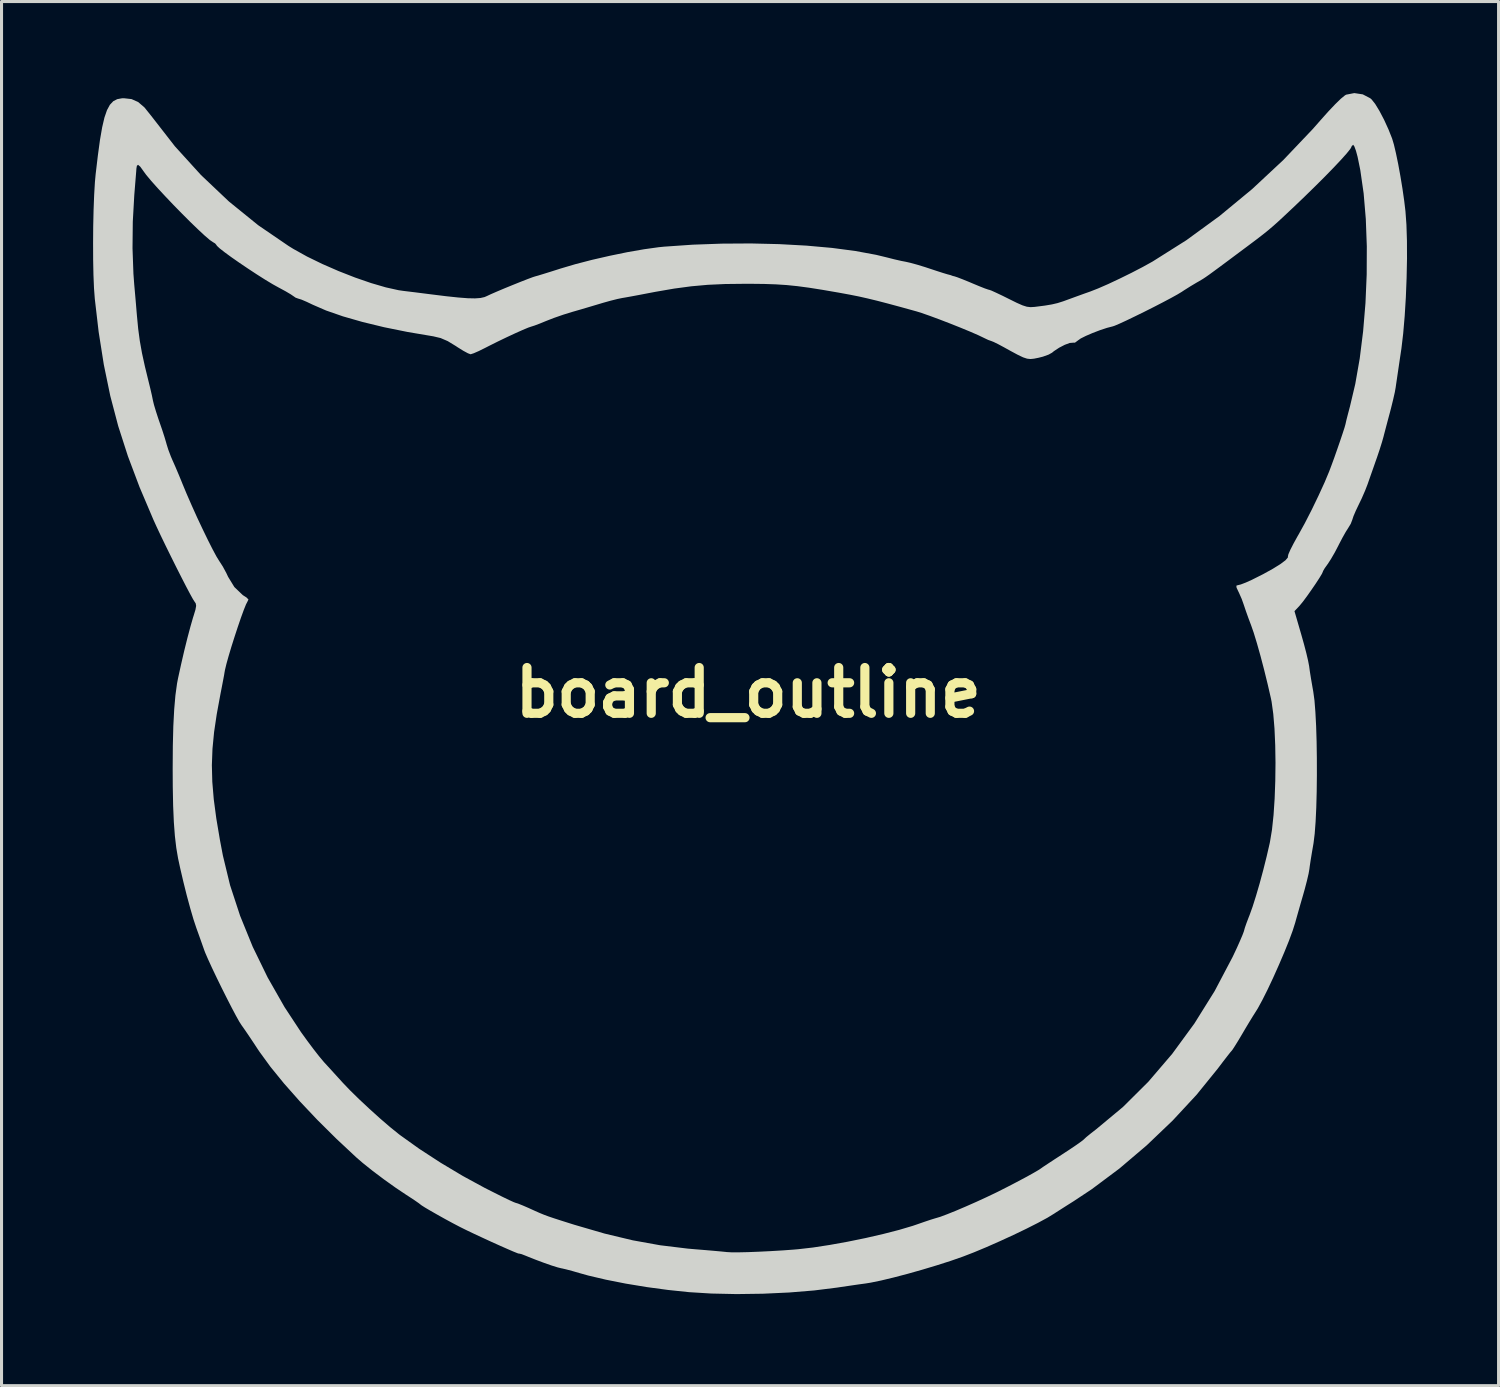
<source format=kicad_pcb>
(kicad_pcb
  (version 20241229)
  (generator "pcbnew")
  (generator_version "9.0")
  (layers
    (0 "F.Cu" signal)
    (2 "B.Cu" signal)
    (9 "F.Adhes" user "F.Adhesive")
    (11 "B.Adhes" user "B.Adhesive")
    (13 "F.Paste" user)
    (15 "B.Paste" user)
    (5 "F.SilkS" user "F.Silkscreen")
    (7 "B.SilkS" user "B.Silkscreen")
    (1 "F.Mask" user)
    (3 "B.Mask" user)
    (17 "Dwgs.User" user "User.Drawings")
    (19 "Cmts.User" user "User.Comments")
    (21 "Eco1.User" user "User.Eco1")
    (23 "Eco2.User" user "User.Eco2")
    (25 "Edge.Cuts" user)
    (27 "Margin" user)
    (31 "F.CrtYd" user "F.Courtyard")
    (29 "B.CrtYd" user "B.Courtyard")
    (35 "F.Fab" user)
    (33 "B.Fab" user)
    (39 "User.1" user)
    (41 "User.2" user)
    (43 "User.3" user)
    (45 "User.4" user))
  (footprint "board_outline"
    (layer "F.Cu")
    (at 21.467 19.644)
    (property "Reference" "board_outline" (at 0 0 0) (layer "F.SilkS") (effects (font (size 1.5 1.5) (thickness 0.3))))
    (attr board_only exclude_from_pos_files exclude_from_bom)
    (fp_poly (pts (xy 20.136 -19.602) (xy 20.38 -19.475) (xy 20.425 -19.436) (xy 20.542 -19.289) (xy 20.682 -19.059) (xy 20.833 -18.771) (xy 20.978 -18.454) (xy 21.097 -18.155) (xy 21.156 -17.957) (xy 21.224 -17.668) (xy 21.297 -17.314) (xy 21.369 -16.92) (xy 21.436 -16.512) (xy 21.493 -16.115) (xy 21.534 -15.774) (xy 21.566 -15.335) (xy 21.583 -14.807) (xy 21.585 -14.216) (xy 21.572 -13.59) (xy 21.547 -12.956) (xy 21.509 -12.339) (xy 21.46 -11.767) (xy 21.401 -11.267) (xy 21.391 -11.204) (xy 21.34 -10.861) (xy 21.293 -10.542) (xy 21.253 -10.271) (xy 21.224 -10.074) (xy 21.214 -10.002) (xy 21.185 -9.84) (xy 21.132 -9.606) (xy 21.066 -9.338) (xy 21.033 -9.21) (xy 20.959 -8.934) (xy 20.889 -8.669) (xy 20.833 -8.456) (xy 20.816 -8.388) (xy 20.765 -8.208) (xy 20.688 -7.963) (xy 20.599 -7.698) (xy 20.573 -7.626) (xy 20.479 -7.357) (xy 20.385 -7.09) (xy 20.309 -6.873) (xy 20.295 -6.832) (xy 20.212 -6.618) (xy 20.101 -6.363) (xy 20.005 -6.164) (xy 19.907 -5.959) (xy 19.831 -5.781) (xy 19.794 -5.668) (xy 19.742 -5.532) (xy 19.658 -5.393) (xy 19.578 -5.267) (xy 19.469 -5.074) (xy 19.353 -4.852) (xy 19.338 -4.821) (xy 19.217 -4.59) (xy 19.091 -4.373) (xy 18.988 -4.214) (xy 18.98 -4.204) (xy 18.887 -4.073) (xy 18.834 -3.982) (xy 18.83 -3.966) (xy 18.798 -3.894) (xy 18.712 -3.752) (xy 18.59 -3.565) (xy 18.448 -3.358) (xy 18.304 -3.154) (xy 18.173 -2.978) (xy 18.072 -2.855) (xy 18.063 -2.845) (xy 17.898 -2.669) (xy 18.123 -1.894) (xy 18.21 -1.585) (xy 18.286 -1.294) (xy 18.343 -1.05) (xy 18.375 -0.884) (xy 18.378 -0.867) (xy 18.401 -0.699) (xy 18.44 -0.455) (xy 18.488 -0.176) (xy 18.514 -0.029) (xy 18.553 0.256) (xy 18.583 0.637) (xy 18.607 1.093) (xy 18.623 1.604) (xy 18.631 2.147) (xy 18.632 2.703) (xy 18.626 3.249) (xy 18.612 3.766) (xy 18.59 4.232) (xy 18.56 4.626) (xy 18.523 4.926) (xy 18.518 4.957) (xy 18.47 5.235) (xy 18.427 5.497) (xy 18.396 5.704) (xy 18.387 5.778) (xy 18.36 5.933) (xy 18.306 6.165) (xy 18.235 6.437) (xy 18.181 6.629) (xy 18.097 6.918) (xy 18.017 7.199) (xy 17.951 7.432) (xy 17.922 7.538) (xy 17.84 7.797) (xy 17.717 8.131) (xy 17.562 8.514) (xy 17.387 8.923) (xy 17.203 9.335) (xy 17.019 9.726) (xy 16.846 10.071) (xy 16.695 10.348) (xy 16.603 10.495) (xy 16.53 10.61) (xy 16.416 10.796) (xy 16.279 11.025) (xy 16.191 11.175) (xy 16.059 11.397) (xy 15.947 11.578) (xy 15.869 11.698) (xy 15.843 11.732) (xy 15.794 11.788) (xy 15.691 11.919) (xy 15.548 12.104) (xy 15.383 12.322) (xy 14.69 13.177) (xy 13.906 14.022) (xy 13.055 14.835) (xy 12.162 15.594) (xy 11.252 16.274) (xy 10.66 16.666) (xy 10.433 16.809) (xy 10.228 16.94) (xy 10.076 17.037) (xy 10.031 17.067) (xy 9.804 17.206) (xy 9.49 17.376) (xy 9.111 17.568) (xy 8.689 17.771) (xy 8.247 17.974) (xy 7.808 18.168) (xy 7.393 18.341) (xy 7.039 18.478) (xy 6.636 18.619) (xy 6.183 18.764) (xy 5.704 18.908) (xy 5.223 19.044) (xy 4.765 19.164) (xy 4.354 19.263) (xy 4.014 19.333) (xy 3.848 19.36) (xy 3.626 19.39) (xy 3.338 19.432) (xy 3.031 19.477) (xy 2.904 19.496) (xy 2.161 19.589) (xy 1.34 19.656) (xy 0.48 19.696) (xy -0.383 19.708) (xy -1.212 19.69) (xy -1.936 19.645) (xy -2.625 19.573) (xy -3.328 19.478) (xy -4.018 19.364) (xy -4.664 19.236) (xy -5.239 19.101) (xy -5.514 19.024) (xy -5.753 18.955) (xy -5.96 18.9) (xy -6.101 18.867) (xy -6.13 18.862) (xy -6.246 18.833) (xy -6.442 18.772) (xy -6.685 18.687) (xy -6.948 18.589) (xy -7.199 18.49) (xy -7.289 18.453) (xy -7.425 18.4) (xy -7.502 18.381) (xy -7.509 18.384) (xy -7.558 18.37) (xy -7.695 18.315) (xy -7.898 18.227) (xy -8.149 18.116) (xy -8.429 17.99) (xy -8.717 17.857) (xy -8.994 17.728) (xy -9.241 17.61) (xy -9.438 17.512) (xy -9.454 17.504) (xy -9.683 17.384) (xy -9.934 17.248) (xy -10.184 17.108) (xy -10.412 16.978) (xy -10.594 16.871) (xy -10.708 16.798) (xy -10.735 16.777) (xy -10.795 16.73) (xy -10.929 16.637) (xy -11.114 16.515) (xy -11.204 16.457) (xy -11.555 16.222) (xy -11.932 15.953) (xy -12.302 15.675) (xy -12.631 15.412) (xy -12.846 15.226) (xy -13.498 14.616) (xy -14.118 14.001) (xy -14.691 13.395) (xy -15.207 12.812) (xy -15.653 12.264) (xy -16.015 11.767) (xy -16.078 11.673) (xy -16.244 11.421) (xy -16.399 11.19) (xy -16.525 11.007) (xy -16.603 10.897) (xy -16.678 10.78) (xy -16.791 10.577) (xy -16.933 10.309) (xy -17.092 9.998) (xy -17.259 9.665) (xy -17.423 9.329) (xy -17.573 9.014) (xy -17.699 8.739) (xy -17.792 8.525) (xy -17.828 8.43) (xy -17.905 8.211) (xy -18 7.944) (xy -18.083 7.714) (xy -18.176 7.434) (xy -18.283 7.068) (xy -18.397 6.647) (xy -18.509 6.198) (xy -18.613 5.753) (xy -18.683 5.428) (xy -18.741 5.086) (xy -18.787 4.695) (xy -18.821 4.24) (xy -18.844 3.708) (xy -18.856 3.084) (xy -18.859 2.493) (xy -18.854 1.742) (xy -18.838 1.097) (xy -18.809 0.549) (xy -18.769 0.087) (xy -18.716 -0.299) (xy -18.683 -0.471) (xy -18.586 -0.914) (xy -18.482 -1.364) (xy -18.376 -1.791) (xy -18.276 -2.167) (xy -18.191 -2.463) (xy -18.175 -2.511) (xy -18.113 -2.716) (xy -18.09 -2.842) (xy -18.103 -2.922) (xy -18.143 -2.981) (xy -18.196 -3.064) (xy -18.291 -3.236) (xy -18.419 -3.478) (xy -18.571 -3.774) (xy -18.739 -4.105) (xy -18.913 -4.455) (xy -19.085 -4.804) (xy -19.246 -5.137) (xy -19.386 -5.435) (xy -19.489 -5.661) (xy -19.944 -6.732) (xy -20.326 -7.747) (xy -20.644 -8.735) (xy -20.904 -9.724) (xy -21.115 -10.744) (xy -21.285 -11.822) (xy -21.411 -12.905) (xy -21.437 -13.251) (xy -21.455 -13.688) (xy -21.465 -14.189) (xy -21.466 -14.559) (xy -20.175 -14.559) (xy -20.145 -13.724) (xy -20.119 -13.375) (xy -20.091 -13.062) (xy -20.064 -12.752) (xy -20.042 -12.487) (xy -20.03 -12.348) (xy -19.989 -11.919) (xy -19.936 -11.524) (xy -19.865 -11.126) (xy -19.769 -10.687) (xy -19.653 -10.212) (xy -19.593 -9.968) (xy -19.541 -9.743) (xy -19.508 -9.581) (xy -19.506 -9.571) (xy -19.471 -9.427) (xy -19.406 -9.211) (xy -19.325 -8.962) (xy -19.292 -8.867) (xy -19.204 -8.612) (xy -19.126 -8.371) (xy -19.071 -8.186) (xy -19.059 -8.141) (xy -19.003 -7.961) (xy -18.919 -7.739) (xy -18.865 -7.613) (xy -18.77 -7.399) (xy -18.657 -7.132) (xy -18.549 -6.87) (xy -18.547 -6.863) (xy -18.402 -6.514) (xy -18.236 -6.134) (xy -18.06 -5.743) (xy -17.88 -5.361) (xy -17.708 -5.006) (xy -17.553 -4.699) (xy -17.424 -4.459) (xy -17.329 -4.305) (xy -17.323 -4.296) (xy -17.216 -4.13) (xy -17.1 -3.915) (xy -17.042 -3.792) (xy -16.838 -3.459) (xy -16.561 -3.194) (xy -16.439 -3.116) (xy -16.376 -3.051) (xy -16.409 -2.982) (xy -16.457 -2.889) (xy -16.531 -2.704) (xy -16.623 -2.452) (xy -16.725 -2.153) (xy -16.831 -1.831) (xy -16.934 -1.506) (xy -17.025 -1.202) (xy -17.098 -0.94) (xy -17.145 -0.744) (xy -17.158 -0.675) (xy -17.175 -0.57) (xy -17.211 -0.38) (xy -17.258 -0.135) (xy -17.296 0.059) (xy -17.415 0.705) (xy -17.502 1.292) (xy -17.555 1.842) (xy -17.575 2.378) (xy -17.561 2.921) (xy -17.513 3.495) (xy -17.43 4.121) (xy -17.312 4.822) (xy -17.214 5.338) (xy -16.979 6.309) (xy -16.65 7.312) (xy -16.237 8.327) (xy -15.748 9.332) (xy -15.194 10.304) (xy -14.656 11.122) (xy -14.453 11.403) (xy -14.249 11.676) (xy -14.063 11.914) (xy -13.917 12.089) (xy -13.891 12.119) (xy -13.716 12.309) (xy -13.507 12.539) (xy -13.305 12.761) (xy -13.29 12.778) (xy -13.052 13.027) (xy -12.75 13.323) (xy -12.411 13.64) (xy -12.063 13.954) (xy -11.734 14.237) (xy -11.452 14.465) (xy -11.409 14.498) (xy -10.778 14.949) (xy -10.077 15.405) (xy -9.351 15.839) (xy -8.644 16.223) (xy -8.641 16.225) (xy -8.332 16.381) (xy -8.059 16.518) (xy -7.838 16.625) (xy -7.686 16.694) (xy -7.623 16.718) (xy -7.546 16.741) (xy -7.394 16.802) (xy -7.197 16.887) (xy -7.171 16.899) (xy -6.98 16.986) (xy -6.828 17.053) (xy -6.689 17.11) (xy -6.541 17.165) (xy -6.36 17.226) (xy -6.121 17.303) (xy -5.802 17.404) (xy -5.69 17.439) (xy -4.708 17.725) (xy -3.786 17.946) (xy -2.888 18.108) (xy -1.983 18.218) (xy -1.73 18.24) (xy -1.41 18.266) (xy -1.121 18.291) (xy -0.888 18.312) (xy -0.737 18.327) (xy -0.704 18.331) (xy -0.557 18.339) (xy -0.317 18.34) (xy -0.005 18.333) (xy 0.355 18.319) (xy 0.74 18.3) (xy 1.127 18.277) (xy 1.494 18.25) (xy 1.642 18.237) (xy 2.122 18.182) (xy 2.668 18.098) (xy 3.251 17.993) (xy 3.844 17.872) (xy 4.417 17.74) (xy 4.942 17.605) (xy 5.39 17.472) (xy 5.539 17.421) (xy 5.778 17.338) (xy 5.981 17.27) (xy 6.12 17.227) (xy 6.155 17.217) (xy 6.293 17.176) (xy 6.514 17.093) (xy 6.798 16.979) (xy 7.122 16.841) (xy 7.464 16.69) (xy 7.804 16.534) (xy 8.118 16.384) (xy 8.183 16.352) (xy 8.489 16.197) (xy 8.793 16.039) (xy 9.077 15.888) (xy 9.318 15.755) (xy 9.496 15.652) (xy 9.59 15.591) (xy 9.591 15.59) (xy 9.66 15.541) (xy 9.808 15.443) (xy 10.013 15.308) (xy 10.255 15.151) (xy 10.293 15.126) (xy 10.539 14.965) (xy 10.752 14.821) (xy 10.91 14.709) (xy 10.992 14.644) (xy 10.997 14.639) (xy 11.071 14.569) (xy 11.212 14.454) (xy 11.389 14.316) (xy 11.409 14.3) (xy 12.277 13.578) (xy 13.107 12.753) (xy 13.89 11.838) (xy 14.618 10.843) (xy 15.282 9.779) (xy 15.872 8.659) (xy 16.01 8.366) (xy 16.112 8.137) (xy 16.193 7.947) (xy 16.24 7.822) (xy 16.249 7.789) (xy 16.27 7.712) (xy 16.324 7.556) (xy 16.402 7.351) (xy 16.428 7.286) (xy 16.524 7.019) (xy 16.636 6.665) (xy 16.756 6.254) (xy 16.875 5.812) (xy 16.986 5.369) (xy 17.082 4.953) (xy 17.095 4.89) (xy 17.161 4.493) (xy 17.212 4.012) (xy 17.248 3.47) (xy 17.269 2.892) (xy 17.276 2.301) (xy 17.267 1.722) (xy 17.243 1.179) (xy 17.203 0.697) (xy 17.148 0.298) (xy 17.126 0.188) (xy 17.019 -0.277) (xy 16.903 -0.749) (xy 16.784 -1.203) (xy 16.668 -1.615) (xy 16.563 -1.959) (xy 16.479 -2.2) (xy 16.387 -2.445) (xy 16.305 -2.675) (xy 16.247 -2.847) (xy 16.238 -2.874) (xy 16.169 -3.068) (xy 16.078 -3.274) (xy 16.065 -3.3) (xy 16 -3.439) (xy 15.993 -3.503) (xy 16.039 -3.52) (xy 16.044 -3.52) (xy 16.14 -3.544) (xy 16.305 -3.607) (xy 16.5 -3.695) (xy 16.87 -3.881) (xy 17.185 -4.055) (xy 17.433 -4.209) (xy 17.603 -4.336) (xy 17.682 -4.429) (xy 17.683 -4.464) (xy 17.698 -4.532) (xy 17.763 -4.681) (xy 17.869 -4.888) (xy 18.005 -5.134) (xy 18.031 -5.178) (xy 18.238 -5.553) (xy 18.463 -5.992) (xy 18.685 -6.452) (xy 18.886 -6.891) (xy 19.034 -7.245) (xy 19.109 -7.444) (xy 19.201 -7.695) (xy 19.298 -7.971) (xy 19.393 -8.246) (xy 19.476 -8.493) (xy 19.538 -8.684) (xy 19.569 -8.795) (xy 19.57 -8.799) (xy 19.599 -8.929) (xy 19.65 -9.128) (xy 19.71 -9.355) (xy 19.711 -9.356) (xy 19.89 -10.114) (xy 20.036 -10.949) (xy 20.147 -11.839) (xy 20.224 -12.762) (xy 20.264 -13.698) (xy 20.268 -14.623) (xy 20.235 -15.517) (xy 20.164 -16.358) (xy 20.054 -17.124) (xy 19.966 -17.554) (xy 19.913 -17.751) (xy 19.862 -17.892) (xy 19.822 -17.95) (xy 19.821 -17.95) (xy 19.77 -17.905) (xy 19.769 -17.889) (xy 19.727 -17.814) (xy 19.61 -17.668) (xy 19.426 -17.462) (xy 19.186 -17.207) (xy 18.898 -16.911) (xy 18.572 -16.586) (xy 18.219 -16.241) (xy 17.848 -15.886) (xy 17.828 -15.868) (xy 17.58 -15.635) (xy 17.38 -15.449) (xy 17.207 -15.294) (xy 17.039 -15.151) (xy 16.857 -15.005) (xy 16.64 -14.838) (xy 16.367 -14.633) (xy 16.073 -14.414) (xy 15.725 -14.154) (xy 15.457 -13.955) (xy 15.256 -13.807) (xy 15.107 -13.698) (xy 14.997 -13.621) (xy 14.912 -13.564) (xy 14.838 -13.519) (xy 14.762 -13.474) (xy 14.703 -13.441) (xy 14.498 -13.319) (xy 14.276 -13.179) (xy 14.207 -13.133) (xy 14.068 -13.049) (xy 13.855 -12.931) (xy 13.587 -12.789) (xy 13.287 -12.634) (xy 12.973 -12.476) (xy 12.667 -12.326) (xy 12.389 -12.192) (xy 12.161 -12.087) (xy 12.001 -12.019) (xy 11.943 -12) (xy 11.754 -11.951) (xy 11.524 -11.875) (xy 11.284 -11.783) (xy 11.063 -11.688) (xy 10.893 -11.603) (xy 10.803 -11.539) (xy 10.802 -11.538) (xy 10.705 -11.466) (xy 10.635 -11.465) (xy 10.532 -11.456) (xy 10.371 -11.396) (xy 10.187 -11.301) (xy 10.017 -11.189) (xy 9.955 -11.138) (xy 9.84 -11.074) (xy 9.656 -11.008) (xy 9.509 -10.971) (xy 9.365 -10.942) (xy 9.248 -10.93) (xy 9.136 -10.942) (xy 9.006 -10.985) (xy 8.836 -11.066) (xy 8.603 -11.191) (xy 8.372 -11.319) (xy 8.187 -11.418) (xy 8.038 -11.491) (xy 7.961 -11.521) (xy 7.864 -11.555) (xy 7.721 -11.623) (xy 7.705 -11.631) (xy 7.529 -11.715) (xy 7.269 -11.828) (xy 6.954 -11.958) (xy 6.61 -12.095) (xy 6.265 -12.228) (xy 5.946 -12.346) (xy 5.68 -12.439) (xy 5.517 -12.49) (xy 5 -12.633) (xy 4.574 -12.748) (xy 4.217 -12.841) (xy 3.907 -12.916) (xy 3.623 -12.98) (xy 3.343 -13.036) (xy 3.045 -13.091) (xy 2.962 -13.106) (xy 2.435 -13.197) (xy 1.993 -13.267) (xy 1.61 -13.318) (xy 1.257 -13.354) (xy 0.905 -13.377) (xy 0.527 -13.39) (xy 0.093 -13.395) (xy -0.117 -13.395) (xy -0.754 -13.388) (xy -1.324 -13.362) (xy -1.869 -13.313) (xy -2.428 -13.238) (xy -3.042 -13.132) (xy -3.314 -13.08) (xy -3.59 -13.027) (xy -3.848 -12.979) (xy -4.049 -12.943) (xy -4.123 -12.931) (xy -4.284 -12.898) (xy -4.514 -12.84) (xy -4.768 -12.769) (xy -4.827 -12.751) (xy -5.132 -12.66) (xy -5.472 -12.559) (xy -5.774 -12.472) (xy -5.778 -12.471) (xy -6.064 -12.382) (xy -6.366 -12.277) (xy -6.62 -12.178) (xy -6.625 -12.176) (xy -6.83 -12.092) (xy -7.002 -12.027) (xy -7.103 -11.995) (xy -7.207 -11.96) (xy -7.393 -11.882) (xy -7.637 -11.773) (xy -7.916 -11.643) (xy -8.207 -11.503) (xy -8.487 -11.363) (xy -8.63 -11.29) (xy -8.83 -11.191) (xy -8.995 -11.119) (xy -9.094 -11.087) (xy -9.1 -11.087) (xy -9.184 -11.118) (xy -9.336 -11.2) (xy -9.526 -11.318) (xy -9.581 -11.355) (xy -9.847 -11.517) (xy -10.079 -11.617) (xy -10.324 -11.675) (xy -10.343 -11.678) (xy -11.159 -11.816) (xy -11.93 -11.972) (xy -12.642 -12.145) (xy -13.28 -12.328) (xy -13.83 -12.519) (xy -14.268 -12.709) (xy -14.468 -12.804) (xy -14.631 -12.874) (xy -14.727 -12.905) (xy -14.732 -12.905) (xy -14.832 -12.941) (xy -14.895 -12.985) (xy -14.992 -13.051) (xy -15.158 -13.149) (xy -15.359 -13.258) (xy -15.369 -13.263) (xy -15.575 -13.377) (xy -15.826 -13.528) (xy -16.105 -13.705) (xy -16.394 -13.895) (xy -16.678 -14.087) (xy -16.939 -14.269) (xy -17.159 -14.43) (xy -17.322 -14.558) (xy -17.411 -14.641) (xy -17.422 -14.662) (xy -17.469 -14.718) (xy -17.538 -14.759) (xy -17.642 -14.83) (xy -17.81 -14.974) (xy -18.027 -15.176) (xy -18.28 -15.42) (xy -18.553 -15.693) (xy -18.833 -15.979) (xy -19.104 -16.264) (xy -19.353 -16.532) (xy -19.565 -16.77) (xy -19.726 -16.963) (xy -19.803 -17.068) (xy -19.92 -17.231) (xy -19.993 -17.294) (xy -20.032 -17.262) (xy -20.047 -17.173) (xy -20.055 -17.066) (xy -20.071 -16.869) (xy -20.092 -16.609) (xy -20.116 -16.314) (xy -20.118 -16.284) (xy -20.166 -15.429) (xy -20.175 -14.559) (xy -21.466 -14.559) (xy -21.467 -14.727) (xy -21.463 -15.277) (xy -21.451 -15.811) (xy -21.432 -16.303) (xy -21.407 -16.727) (xy -21.383 -16.987) (xy -21.31 -17.602) (xy -21.241 -18.11) (xy -21.17 -18.52) (xy -21.095 -18.842) (xy -21.011 -19.086) (xy -20.916 -19.261) (xy -20.806 -19.378) (xy -20.676 -19.445) (xy -20.524 -19.473) (xy -20.454 -19.475) (xy -20.206 -19.447) (xy -19.99 -19.351) (xy -19.783 -19.173) (xy -19.564 -18.9) (xy -18.786 -17.9) (xy -17.932 -16.96) (xy -17.017 -16.093) (xy -16.056 -15.314) (xy -15.062 -14.635) (xy -14.9 -14.535) (xy -14.456 -14.288) (xy -13.955 -14.044) (xy -13.423 -13.812) (xy -12.882 -13.6) (xy -12.358 -13.419) (xy -11.875 -13.278) (xy -11.456 -13.185) (xy -11.297 -13.162) (xy -11.14 -13.143) (xy -10.902 -13.114) (xy -10.618 -13.078) (xy -10.397 -13.05) (xy -9.897 -12.988) (xy -9.5 -12.946) (xy -9.189 -12.922) (xy -8.952 -12.917) (xy -8.774 -12.93) (xy -8.641 -12.96) (xy -8.569 -12.991) (xy -8.437 -13.053) (xy -8.233 -13.142) (xy -7.984 -13.247) (xy -7.715 -13.357) (xy -7.454 -13.462) (xy -7.226 -13.551) (xy -7.057 -13.614) (xy -6.981 -13.638) (xy -6.894 -13.662) (xy -6.72 -13.715) (xy -6.482 -13.789) (xy -6.204 -13.877) (xy -6.159 -13.892) (xy -5.669 -14.037) (xy -5.118 -14.18) (xy -4.537 -14.313) (xy -3.959 -14.432) (xy -3.414 -14.527) (xy -2.934 -14.594) (xy -2.753 -14.612) (xy -1.816 -14.677) (xy -0.864 -14.711) (xy 0.085 -14.717) (xy 1.014 -14.695) (xy 1.906 -14.646) (xy 2.744 -14.571) (xy 3.511 -14.47) (xy 4.191 -14.344) (xy 4.546 -14.258) (xy 4.786 -14.197) (xy 5.013 -14.145) (xy 5.169 -14.115) (xy 5.317 -14.081) (xy 5.54 -14.02) (xy 5.798 -13.941) (xy 5.931 -13.897) (xy 6.176 -13.816) (xy 6.384 -13.749) (xy 6.527 -13.706) (xy 6.57 -13.695) (xy 6.648 -13.674) (xy 6.658 -13.668) (xy 6.706 -13.651) (xy 6.755 -13.64) (xy 6.85 -13.609) (xy 7.022 -13.543) (xy 7.241 -13.454) (xy 7.344 -13.41) (xy 7.567 -13.317) (xy 7.751 -13.244) (xy 7.868 -13.204) (xy 7.892 -13.199) (xy 7.965 -13.174) (xy 8.117 -13.105) (xy 8.328 -13.005) (xy 8.535 -12.902) (xy 8.798 -12.772) (xy 8.986 -12.689) (xy 9.128 -12.644) (xy 9.25 -12.63) (xy 9.382 -12.638) (xy 9.415 -12.642) (xy 9.72 -12.681) (xy 9.947 -12.719) (xy 10.135 -12.763) (xy 10.324 -12.823) (xy 10.461 -12.873) (xy 10.724 -12.969) (xy 11.019 -13.076) (xy 11.204 -13.141) (xy 11.464 -13.243) (xy 11.796 -13.388) (xy 12.17 -13.564) (xy 12.556 -13.754) (xy 12.924 -13.945) (xy 13.245 -14.123) (xy 13.257 -14.13) (xy 14.355 -14.823) (xy 15.445 -15.618) (xy 16.511 -16.499) (xy 17.534 -17.453) (xy 18.496 -18.465) (xy 18.746 -18.749) (xy 19.001 -19.035) (xy 19.229 -19.276) (xy 19.417 -19.459) (xy 19.551 -19.569) (xy 19.591 -19.592) (xy 19.858 -19.644)) (stroke (width 0) (type solid)) (fill yes) (layer "Edge.Cuts")))
  (gr_rect
    (start -3 -3)
    (end 46.052 42.352)
    (stroke (width 0.1) (type default))
    (fill no)
    (layer "Edge.Cuts")))
</source>
